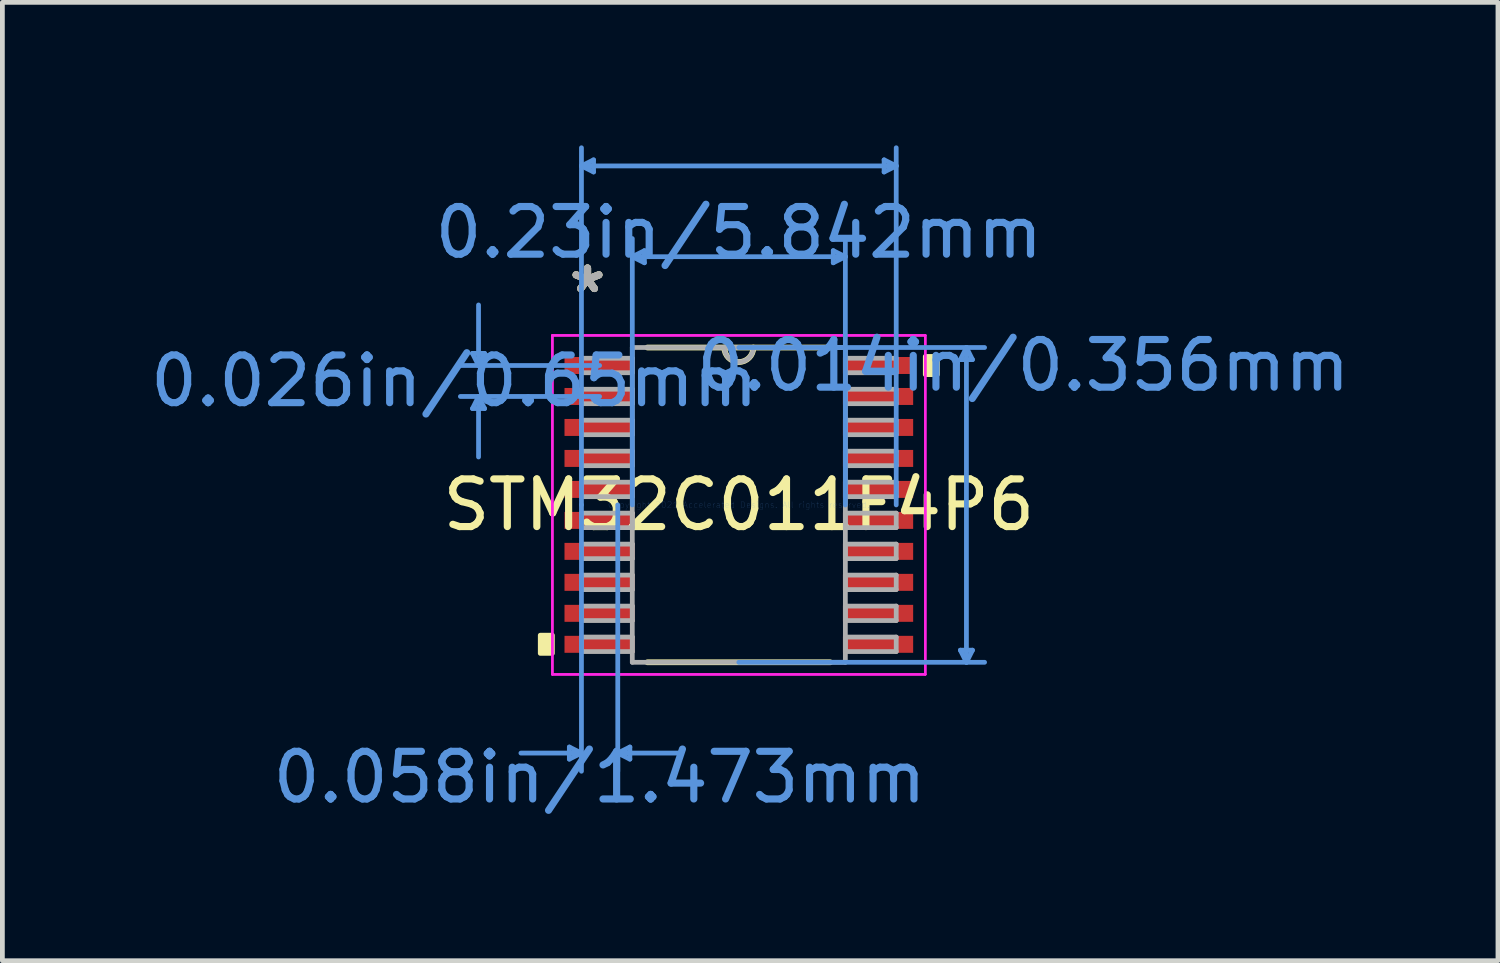
<source format=kicad_pcb>
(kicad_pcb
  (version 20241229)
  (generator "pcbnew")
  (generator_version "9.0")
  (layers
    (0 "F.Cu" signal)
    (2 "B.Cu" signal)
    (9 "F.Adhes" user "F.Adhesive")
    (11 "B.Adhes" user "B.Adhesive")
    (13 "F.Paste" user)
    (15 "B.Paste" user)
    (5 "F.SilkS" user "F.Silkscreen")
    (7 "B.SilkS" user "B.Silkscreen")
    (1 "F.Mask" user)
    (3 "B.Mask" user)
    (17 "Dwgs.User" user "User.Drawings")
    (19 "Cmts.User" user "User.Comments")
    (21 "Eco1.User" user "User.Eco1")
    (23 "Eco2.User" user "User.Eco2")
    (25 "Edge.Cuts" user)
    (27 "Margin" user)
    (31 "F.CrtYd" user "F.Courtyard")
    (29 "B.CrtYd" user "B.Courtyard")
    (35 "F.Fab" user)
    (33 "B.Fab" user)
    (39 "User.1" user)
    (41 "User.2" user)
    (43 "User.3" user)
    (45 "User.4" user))
  (footprint "STM32C011F4P6"
    (layer "F.Cu")
    (at 12.451 7.543)
    (property "Reference" "STM32C011F4P6" (at 0 0 0) (layer "F.SilkS") (effects (font (size 1 1) (thickness 0.15))))
    (attr through_hole)
    (fp_line (start -1.918 3.302) (end 1.918 3.302) (stroke (width 0.12) (type solid)) (layer "F.SilkS"))
    (fp_line (start 1.918 -3.302) (end -1.918 -3.302) (stroke (width 0.12) (type solid)) (layer "F.SilkS"))
    (fp_arc (start 0.3048 -3.302) (mid 0 -2.9972) (end -0.3048 -3.302) (stroke (width 0.12) (type solid)) (layer "F.SilkS"))
    (fp_poly (pts (xy -4.166 2.734) (xy -4.166 3.115) (xy -3.912 3.115) (xy -3.912 2.734)) (stroke (width 0.1) (type solid)) (fill yes) (layer "F.SilkS"))
    (fp_poly (pts (xy 4.166 -3.115) (xy 4.166 -2.734) (xy 3.912 -2.734) (xy 3.912 -3.115)) (stroke (width 0.1) (type solid)) (fill yes) (layer "F.SilkS"))
    (fp_line (start -5.588 -3.179) (end -5.334 -3.179) (stroke (width 0.1) (type solid)) (layer "Cmts.User"))
    (fp_line (start -5.588 -2.021) (end -5.334 -2.021) (stroke (width 0.1) (type solid)) (layer "Cmts.User"))
    (fp_line (start -5.461 -2.925) (end -5.588 -3.179) (stroke (width 0.1) (type solid)) (layer "Cmts.User"))
    (fp_line (start -5.461 -2.925) (end -5.461 -4.195) (stroke (width 0.1) (type solid)) (layer "Cmts.User"))
    (fp_line (start -5.461 -2.925) (end -5.334 -3.179) (stroke (width 0.1) (type solid)) (layer "Cmts.User"))
    (fp_line (start -5.461 -2.275) (end -5.588 -2.021) (stroke (width 0.1) (type solid)) (layer "Cmts.User"))
    (fp_line (start -5.461 -2.275) (end -5.461 -1.005) (stroke (width 0.1) (type solid)) (layer "Cmts.User"))
    (fp_line (start -5.461 -2.275) (end -5.334 -2.021) (stroke (width 0.1) (type solid)) (layer "Cmts.User"))
    (fp_line (start -3.556 5.08) (end -3.556 5.334) (stroke (width 0.1) (type solid)) (layer "Cmts.User"))
    (fp_line (start -3.302 -7.112) (end -3.048 -7.239) (stroke (width 0.1) (type solid)) (layer "Cmts.User"))
    (fp_line (start -3.302 -7.112) (end -3.048 -6.985) (stroke (width 0.1) (type solid)) (layer "Cmts.User"))
    (fp_line (start -3.302 -7.112) (end 3.302 -7.112) (stroke (width 0.1) (type solid)) (layer "Cmts.User"))
    (fp_line (start -3.302 0) (end -3.302 -7.493) (stroke (width 0.1) (type solid)) (layer "Cmts.User"))
    (fp_line (start -3.302 0) (end -3.302 5.588) (stroke (width 0.1) (type solid)) (layer "Cmts.User"))
    (fp_line (start -3.302 5.207) (end -4.572 5.207) (stroke (width 0.1) (type solid)) (layer "Cmts.User"))
    (fp_line (start -3.302 5.207) (end -3.556 5.08) (stroke (width 0.1) (type solid)) (layer "Cmts.User"))
    (fp_line (start -3.302 5.207) (end -3.556 5.334) (stroke (width 0.1) (type solid)) (layer "Cmts.User"))
    (fp_line (start -3.048 -7.239) (end -3.048 -6.985) (stroke (width 0.1) (type solid)) (layer "Cmts.User"))
    (fp_line (start -2.921 -2.925) (end -5.842 -2.925) (stroke (width 0.1) (type solid)) (layer "Cmts.User"))
    (fp_line (start -2.921 -2.275) (end -5.842 -2.275) (stroke (width 0.1) (type solid)) (layer "Cmts.User"))
    (fp_line (start -2.54 0) (end -2.54 5.588) (stroke (width 0.1) (type solid)) (layer "Cmts.User"))
    (fp_line (start -2.54 5.207) (end -2.286 5.08) (stroke (width 0.1) (type solid)) (layer "Cmts.User"))
    (fp_line (start -2.54 5.207) (end -2.286 5.334) (stroke (width 0.1) (type solid)) (layer "Cmts.User"))
    (fp_line (start -2.54 5.207) (end -1.27 5.207) (stroke (width 0.1) (type solid)) (layer "Cmts.User"))
    (fp_line (start -2.286 5.08) (end -2.286 5.334) (stroke (width 0.1) (type solid)) (layer "Cmts.User"))
    (fp_line (start -2.235 -5.207) (end -1.981 -5.334) (stroke (width 0.1) (type solid)) (layer "Cmts.User"))
    (fp_line (start -2.235 -5.207) (end -1.981 -5.08) (stroke (width 0.1) (type solid)) (layer "Cmts.User"))
    (fp_line (start -2.235 -5.207) (end 2.235 -5.207) (stroke (width 0.1) (type solid)) (layer "Cmts.User"))
    (fp_line (start -2.235 0) (end -2.235 -5.588) (stroke (width 0.1) (type solid)) (layer "Cmts.User"))
    (fp_line (start -1.981 -5.334) (end -1.981 -5.08) (stroke (width 0.1) (type solid)) (layer "Cmts.User"))
    (fp_line (start 0 -3.302) (end 5.156 -3.302) (stroke (width 0.1) (type solid)) (layer "Cmts.User"))
    (fp_line (start 0 3.302) (end 5.156 3.302) (stroke (width 0.1) (type solid)) (layer "Cmts.User"))
    (fp_line (start 1.981 -5.334) (end 1.981 -5.08) (stroke (width 0.1) (type solid)) (layer "Cmts.User"))
    (fp_line (start 2.235 -5.207) (end 1.981 -5.334) (stroke (width 0.1) (type solid)) (layer "Cmts.User"))
    (fp_line (start 2.235 -5.207) (end 1.981 -5.08) (stroke (width 0.1) (type solid)) (layer "Cmts.User"))
    (fp_line (start 2.235 0) (end 2.235 -5.588) (stroke (width 0.1) (type solid)) (layer "Cmts.User"))
    (fp_line (start 3.048 -7.239) (end 3.048 -6.985) (stroke (width 0.1) (type solid)) (layer "Cmts.User"))
    (fp_line (start 3.302 -7.112) (end 3.048 -7.239) (stroke (width 0.1) (type solid)) (layer "Cmts.User"))
    (fp_line (start 3.302 -7.112) (end 3.048 -6.985) (stroke (width 0.1) (type solid)) (layer "Cmts.User"))
    (fp_line (start 3.302 0) (end 3.302 -7.493) (stroke (width 0.1) (type solid)) (layer "Cmts.User"))
    (fp_line (start 4.648 -3.048) (end 4.902 -3.048) (stroke (width 0.1) (type solid)) (layer "Cmts.User"))
    (fp_line (start 4.648 3.048) (end 4.902 3.048) (stroke (width 0.1) (type solid)) (layer "Cmts.User"))
    (fp_line (start 4.775 -3.302) (end 4.648 -3.048) (stroke (width 0.1) (type solid)) (layer "Cmts.User"))
    (fp_line (start 4.775 -3.302) (end 4.775 3.302) (stroke (width 0.1) (type solid)) (layer "Cmts.User"))
    (fp_line (start 4.775 -3.302) (end 4.902 -3.048) (stroke (width 0.1) (type solid)) (layer "Cmts.User"))
    (fp_line (start 4.775 3.302) (end 4.648 3.048) (stroke (width 0.1) (type solid)) (layer "Cmts.User"))
    (fp_line (start 4.775 3.302) (end 4.902 3.048) (stroke (width 0.1) (type solid)) (layer "Cmts.User"))
    (fp_line (start -3.912 -3.556) (end 3.912 -3.556) (stroke (width 0.05) (type solid)) (layer "F.CrtYd"))
    (fp_line (start -3.912 -3.556) (end 3.912 -3.556) (stroke (width 0.05) (type solid)) (layer "F.CrtYd"))
    (fp_line (start -3.912 3.556) (end -3.912 -3.556) (stroke (width 0.05) (type solid)) (layer "F.CrtYd"))
    (fp_line (start -3.912 3.556) (end -3.912 -3.556) (stroke (width 0.05) (type solid)) (layer "F.CrtYd"))
    (fp_line (start 3.912 -3.556) (end 3.912 3.556) (stroke (width 0.05) (type solid)) (layer "F.CrtYd"))
    (fp_line (start 3.912 -3.556) (end 3.912 3.556) (stroke (width 0.05) (type solid)) (layer "F.CrtYd"))
    (fp_line (start 3.912 3.556) (end -3.912 3.556) (stroke (width 0.05) (type solid)) (layer "F.CrtYd"))
    (fp_line (start 3.912 3.556) (end -3.912 3.556) (stroke (width 0.05) (type solid)) (layer "F.CrtYd"))
    (fp_line (start -3.302 -3.077) (end -3.302 -2.773) (stroke (width 0.1) (type solid)) (layer "F.Fab"))
    (fp_line (start -3.302 -2.773) (end -2.235 -2.773) (stroke (width 0.1) (type solid)) (layer "F.Fab"))
    (fp_line (start -3.302 -2.427) (end -3.302 -2.123) (stroke (width 0.1) (type solid)) (layer "F.Fab"))
    (fp_line (start -3.302 -2.123) (end -2.235 -2.123) (stroke (width 0.1) (type solid)) (layer "F.Fab"))
    (fp_line (start -3.302 -1.777) (end -3.302 -1.473) (stroke (width 0.1) (type solid)) (layer "F.Fab"))
    (fp_line (start -3.302 -1.473) (end -2.235 -1.473) (stroke (width 0.1) (type solid)) (layer "F.Fab"))
    (fp_line (start -3.302 -1.127) (end -3.302 -0.823) (stroke (width 0.1) (type solid)) (layer "F.Fab"))
    (fp_line (start -3.302 -0.823) (end -2.235 -0.823) (stroke (width 0.1) (type solid)) (layer "F.Fab"))
    (fp_line (start -3.302 -0.477) (end -3.302 -0.173) (stroke (width 0.1) (type solid)) (layer "F.Fab"))
    (fp_line (start -3.302 -0.173) (end -2.235 -0.173) (stroke (width 0.1) (type solid)) (layer "F.Fab"))
    (fp_line (start -3.302 0.173) (end -3.302 0.477) (stroke (width 0.1) (type solid)) (layer "F.Fab"))
    (fp_line (start -3.302 0.477) (end -2.235 0.477) (stroke (width 0.1) (type solid)) (layer "F.Fab"))
    (fp_line (start -3.302 0.823) (end -3.302 1.127) (stroke (width 0.1) (type solid)) (layer "F.Fab"))
    (fp_line (start -3.302 1.127) (end -2.235 1.127) (stroke (width 0.1) (type solid)) (layer "F.Fab"))
    (fp_line (start -3.302 1.473) (end -3.302 1.777) (stroke (width 0.1) (type solid)) (layer "F.Fab"))
    (fp_line (start -3.302 1.777) (end -2.235 1.777) (stroke (width 0.1) (type solid)) (layer "F.Fab"))
    (fp_line (start -3.302 2.123) (end -3.302 2.427) (stroke (width 0.1) (type solid)) (layer "F.Fab"))
    (fp_line (start -3.302 2.427) (end -2.235 2.427) (stroke (width 0.1) (type solid)) (layer "F.Fab"))
    (fp_line (start -3.302 2.773) (end -3.302 3.077) (stroke (width 0.1) (type solid)) (layer "F.Fab"))
    (fp_line (start -3.302 3.077) (end -2.235 3.077) (stroke (width 0.1) (type solid)) (layer "F.Fab"))
    (fp_line (start -2.235 -3.302) (end -2.235 3.302) (stroke (width 0.1) (type solid)) (layer "F.Fab"))
    (fp_line (start -2.235 -3.077) (end -3.302 -3.077) (stroke (width 0.1) (type solid)) (layer "F.Fab"))
    (fp_line (start -2.235 -2.773) (end -2.235 -3.077) (stroke (width 0.1) (type solid)) (layer "F.Fab"))
    (fp_line (start -2.235 -2.427) (end -3.302 -2.427) (stroke (width 0.1) (type solid)) (layer "F.Fab"))
    (fp_line (start -2.235 -2.123) (end -2.235 -2.427) (stroke (width 0.1) (type solid)) (layer "F.Fab"))
    (fp_line (start -2.235 -1.777) (end -3.302 -1.777) (stroke (width 0.1) (type solid)) (layer "F.Fab"))
    (fp_line (start -2.235 -1.473) (end -2.235 -1.777) (stroke (width 0.1) (type solid)) (layer "F.Fab"))
    (fp_line (start -2.235 -1.127) (end -3.302 -1.127) (stroke (width 0.1) (type solid)) (layer "F.Fab"))
    (fp_line (start -2.235 -0.823) (end -2.235 -1.127) (stroke (width 0.1) (type solid)) (layer "F.Fab"))
    (fp_line (start -2.235 -0.477) (end -3.302 -0.477) (stroke (width 0.1) (type solid)) (layer "F.Fab"))
    (fp_line (start -2.235 -0.173) (end -2.235 -0.477) (stroke (width 0.1) (type solid)) (layer "F.Fab"))
    (fp_line (start -2.235 0.173) (end -3.302 0.173) (stroke (width 0.1) (type solid)) (layer "F.Fab"))
    (fp_line (start -2.235 0.477) (end -2.235 0.173) (stroke (width 0.1) (type solid)) (layer "F.Fab"))
    (fp_line (start -2.235 0.823) (end -3.302 0.823) (stroke (width 0.1) (type solid)) (layer "F.Fab"))
    (fp_line (start -2.235 1.127) (end -2.235 0.823) (stroke (width 0.1) (type solid)) (layer "F.Fab"))
    (fp_line (start -2.235 1.473) (end -3.302 1.473) (stroke (width 0.1) (type solid)) (layer "F.Fab"))
    (fp_line (start -2.235 1.777) (end -2.235 1.473) (stroke (width 0.1) (type solid)) (layer "F.Fab"))
    (fp_line (start -2.235 2.123) (end -3.302 2.123) (stroke (width 0.1) (type solid)) (layer "F.Fab"))
    (fp_line (start -2.235 2.427) (end -2.235 2.123) (stroke (width 0.1) (type solid)) (layer "F.Fab"))
    (fp_line (start -2.235 2.773) (end -3.302 2.773) (stroke (width 0.1) (type solid)) (layer "F.Fab"))
    (fp_line (start -2.235 3.077) (end -2.235 2.773) (stroke (width 0.1) (type solid)) (layer "F.Fab"))
    (fp_line (start -2.235 3.302) (end 2.235 3.302) (stroke (width 0.1) (type solid)) (layer "F.Fab"))
    (fp_line (start 2.235 -3.302) (end -2.235 -3.302) (stroke (width 0.1) (type solid)) (layer "F.Fab"))
    (fp_line (start 2.235 -3.077) (end 2.235 -2.773) (stroke (width 0.1) (type solid)) (layer "F.Fab"))
    (fp_line (start 2.235 -2.773) (end 3.302 -2.773) (stroke (width 0.1) (type solid)) (layer "F.Fab"))
    (fp_line (start 2.235 -2.427) (end 2.235 -2.123) (stroke (width 0.1) (type solid)) (layer "F.Fab"))
    (fp_line (start 2.235 -2.123) (end 3.302 -2.123) (stroke (width 0.1) (type solid)) (layer "F.Fab"))
    (fp_line (start 2.235 -1.777) (end 2.235 -1.473) (stroke (width 0.1) (type solid)) (layer "F.Fab"))
    (fp_line (start 2.235 -1.473) (end 3.302 -1.473) (stroke (width 0.1) (type solid)) (layer "F.Fab"))
    (fp_line (start 2.235 -1.127) (end 2.235 -0.823) (stroke (width 0.1) (type solid)) (layer "F.Fab"))
    (fp_line (start 2.235 -0.823) (end 3.302 -0.823) (stroke (width 0.1) (type solid)) (layer "F.Fab"))
    (fp_line (start 2.235 -0.477) (end 2.235 -0.173) (stroke (width 0.1) (type solid)) (layer "F.Fab"))
    (fp_line (start 2.235 -0.173) (end 3.302 -0.173) (stroke (width 0.1) (type solid)) (layer "F.Fab"))
    (fp_line (start 2.235 0.173) (end 2.235 0.477) (stroke (width 0.1) (type solid)) (layer "F.Fab"))
    (fp_line (start 2.235 0.477) (end 3.302 0.477) (stroke (width 0.1) (type solid)) (layer "F.Fab"))
    (fp_line (start 2.235 0.823) (end 2.235 1.127) (stroke (width 0.1) (type solid)) (layer "F.Fab"))
    (fp_line (start 2.235 1.127) (end 3.302 1.127) (stroke (width 0.1) (type solid)) (layer "F.Fab"))
    (fp_line (start 2.235 1.473) (end 2.235 1.777) (stroke (width 0.1) (type solid)) (layer "F.Fab"))
    (fp_line (start 2.235 1.777) (end 3.302 1.777) (stroke (width 0.1) (type solid)) (layer "F.Fab"))
    (fp_line (start 2.235 2.123) (end 2.235 2.427) (stroke (width 0.1) (type solid)) (layer "F.Fab"))
    (fp_line (start 2.235 2.427) (end 3.302 2.427) (stroke (width 0.1) (type solid)) (layer "F.Fab"))
    (fp_line (start 2.235 2.773) (end 2.235 3.077) (stroke (width 0.1) (type solid)) (layer "F.Fab"))
    (fp_line (start 2.235 3.077) (end 3.302 3.077) (stroke (width 0.1) (type solid)) (layer "F.Fab"))
    (fp_line (start 2.235 3.302) (end 2.235 -3.302) (stroke (width 0.1) (type solid)) (layer "F.Fab"))
    (fp_line (start 3.302 -3.077) (end 2.235 -3.077) (stroke (width 0.1) (type solid)) (layer "F.Fab"))
    (fp_line (start 3.302 -2.773) (end 3.302 -3.077) (stroke (width 0.1) (type solid)) (layer "F.Fab"))
    (fp_line (start 3.302 -2.427) (end 2.235 -2.427) (stroke (width 0.1) (type solid)) (layer "F.Fab"))
    (fp_line (start 3.302 -2.123) (end 3.302 -2.427) (stroke (width 0.1) (type solid)) (layer "F.Fab"))
    (fp_line (start 3.302 -1.777) (end 2.235 -1.777) (stroke (width 0.1) (type solid)) (layer "F.Fab"))
    (fp_line (start 3.302 -1.473) (end 3.302 -1.777) (stroke (width 0.1) (type solid)) (layer "F.Fab"))
    (fp_line (start 3.302 -1.127) (end 2.235 -1.127) (stroke (width 0.1) (type solid)) (layer "F.Fab"))
    (fp_line (start 3.302 -0.823) (end 3.302 -1.127) (stroke (width 0.1) (type solid)) (layer "F.Fab"))
    (fp_line (start 3.302 -0.477) (end 2.235 -0.477) (stroke (width 0.1) (type solid)) (layer "F.Fab"))
    (fp_line (start 3.302 -0.173) (end 3.302 -0.477) (stroke (width 0.1) (type solid)) (layer "F.Fab"))
    (fp_line (start 3.302 0.173) (end 2.235 0.173) (stroke (width 0.1) (type solid)) (layer "F.Fab"))
    (fp_line (start 3.302 0.477) (end 3.302 0.173) (stroke (width 0.1) (type solid)) (layer "F.Fab"))
    (fp_line (start 3.302 0.823) (end 2.235 0.823) (stroke (width 0.1) (type solid)) (layer "F.Fab"))
    (fp_line (start 3.302 1.127) (end 3.302 0.823) (stroke (width 0.1) (type solid)) (layer "F.Fab"))
    (fp_line (start 3.302 1.473) (end 2.235 1.473) (stroke (width 0.1) (type solid)) (layer "F.Fab"))
    (fp_line (start 3.302 1.777) (end 3.302 1.473) (stroke (width 0.1) (type solid)) (layer "F.Fab"))
    (fp_line (start 3.302 2.123) (end 2.235 2.123) (stroke (width 0.1) (type solid)) (layer "F.Fab"))
    (fp_line (start 3.302 2.427) (end 3.302 2.123) (stroke (width 0.1) (type solid)) (layer "F.Fab"))
    (fp_line (start 3.302 2.773) (end 2.235 2.773) (stroke (width 0.1) (type solid)) (layer "F.Fab"))
    (fp_line (start 3.302 3.077) (end 3.302 2.773) (stroke (width 0.1) (type solid)) (layer "F.Fab"))
    (fp_arc (start 0.3048 -3.302) (mid 0 -2.9972) (end -0.3048 -3.302) (stroke (width 0.1) (type solid)) (layer "F.Fab"))
    (fp_text user "*" (at -3.175 -4.424 0) (layer "F.SilkS") (effects (font (size 1 1) (thickness 0.15))))
    (fp_text user "*" (at -3.175 -4.424 0) (layer "F.SilkS") (effects (font (size 1 1) (thickness 0.15))))
    (fp_text user "0.23in/5.842mm" (at 0 -5.715 0) (layer "Cmts.User") (effects (font (size 1 1) (thickness 0.15))))
    (fp_text user "0.026in/0.65mm" (at -5.969 -2.6 0) (layer "Cmts.User") (effects (font (size 1 1) (thickness 0.15))))
    (fp_text user "0.014in/0.356mm" (at 5.969 -2.925 0) (layer "Cmts.User") (effects (font (size 1 1) (thickness 0.15))))
    (fp_text user "Copyright 2021 Accelerated Designs. All rights reserved." (at 0 0 0) (layer "Cmts.User") (effects (font (size 0.127 0.127) (thickness 0.002))))
    (fp_text user "0.058in/1.473mm" (at -2.921 5.715 0) (layer "Cmts.User") (effects (font (size 1 1) (thickness 0.15))))
    (fp_text user "*" (at -3.175 -4.424 0) (layer "F.Fab") (effects (font (size 1 1) (thickness 0.15))))
    (fp_text user "*" (at -3.175 -4.424 0) (layer "F.Fab") (effects (font (size 1 1) (thickness 0.15))))
    (pad "1" smd rect (at -2.921 -2.925) (size 1.473 0.356) (layers "F.Cu" "F.Mask" "F.Paste"))
    (pad "2" smd rect (at -2.921 -2.275) (size 1.473 0.356) (layers "F.Cu" "F.Mask" "F.Paste"))
    (pad "3" smd rect (at -2.921 -1.625) (size 1.473 0.356) (layers "F.Cu" "F.Mask" "F.Paste"))
    (pad "4" smd rect (at -2.921 -0.975) (size 1.473 0.356) (layers "F.Cu" "F.Mask" "F.Paste"))
    (pad "5" smd rect (at -2.921 -0.325) (size 1.473 0.356) (layers "F.Cu" "F.Mask" "F.Paste"))
    (pad "6" smd rect (at -2.921 0.325) (size 1.473 0.356) (layers "F.Cu" "F.Mask" "F.Paste"))
    (pad "7" smd rect (at -2.921 0.975) (size 1.473 0.356) (layers "F.Cu" "F.Mask" "F.Paste"))
    (pad "8" smd rect (at -2.921 1.625) (size 1.473 0.356) (layers "F.Cu" "F.Mask" "F.Paste"))
    (pad "9" smd rect (at -2.921 2.275) (size 1.473 0.356) (layers "F.Cu" "F.Mask" "F.Paste"))
    (pad "10" smd rect (at -2.921 2.925) (size 1.473 0.356) (layers "F.Cu" "F.Mask" "F.Paste"))
    (pad "11" smd rect (at 2.921 2.925) (size 1.473 0.356) (layers "F.Cu" "F.Mask" "F.Paste"))
    (pad "12" smd rect (at 2.921 2.275) (size 1.473 0.356) (layers "F.Cu" "F.Mask" "F.Paste"))
    (pad "13" smd rect (at 2.921 1.625) (size 1.473 0.356) (layers "F.Cu" "F.Mask" "F.Paste"))
    (pad "14" smd rect (at 2.921 0.975) (size 1.473 0.356) (layers "F.Cu" "F.Mask" "F.Paste"))
    (pad "15" smd rect (at 2.921 0.325) (size 1.473 0.356) (layers "F.Cu" "F.Mask" "F.Paste"))
    (pad "16" smd rect (at 2.921 -0.325) (size 1.473 0.356) (layers "F.Cu" "F.Mask" "F.Paste"))
    (pad "17" smd rect (at 2.921 -0.975) (size 1.473 0.356) (layers "F.Cu" "F.Mask" "F.Paste"))
    (pad "18" smd rect (at 2.921 -1.625) (size 1.473 0.356) (layers "F.Cu" "F.Mask" "F.Paste"))
    (pad "19" smd rect (at 2.921 -2.275) (size 1.473 0.356) (layers "F.Cu" "F.Mask" "F.Paste"))
    (pad "20" smd rect (at 2.921 -2.925) (size 1.473 0.356) (layers "F.Cu" "F.Mask" "F.Paste")))
  (gr_rect
    (start -3 -3)
    (end 28.378 17.106)
    (stroke (width 0.1) (type default))
    (fill no)
    (layer "Edge.Cuts")))
</source>
